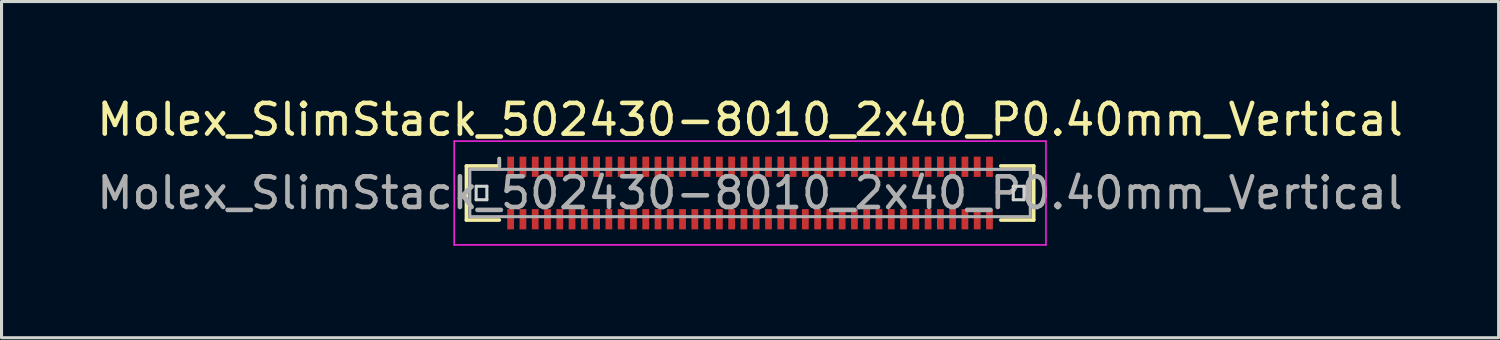
<source format=kicad_pcb>
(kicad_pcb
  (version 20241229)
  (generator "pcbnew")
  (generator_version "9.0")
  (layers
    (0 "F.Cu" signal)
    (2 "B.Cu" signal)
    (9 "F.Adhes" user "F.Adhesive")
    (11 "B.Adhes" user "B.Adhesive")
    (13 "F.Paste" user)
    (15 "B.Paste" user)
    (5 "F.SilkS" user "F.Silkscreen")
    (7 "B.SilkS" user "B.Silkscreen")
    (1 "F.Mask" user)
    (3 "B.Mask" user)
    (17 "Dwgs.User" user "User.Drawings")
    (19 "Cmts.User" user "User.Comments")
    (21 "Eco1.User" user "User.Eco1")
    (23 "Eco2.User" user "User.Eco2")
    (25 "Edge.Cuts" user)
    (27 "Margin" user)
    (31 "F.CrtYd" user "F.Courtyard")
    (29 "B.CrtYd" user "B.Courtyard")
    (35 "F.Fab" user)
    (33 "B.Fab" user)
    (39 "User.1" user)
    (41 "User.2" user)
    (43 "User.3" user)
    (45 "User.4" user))
  (footprint "Molex_SlimStack_502430-8010_2x40_P0.40mm_Vertical"
    (layer "F.Cu")
    (at 21.387 3.238)
    (property "Reference" "Molex_SlimStack_502430-8010_2x40_P0.40mm_Vertical" (at 0 -2.39 0) (layer "F.SilkS") (effects (font (size 1 1) (thickness 0.15))))
    (attr smd)
    (fp_line (start -9.24 -0.88) (end -8.17 -0.88) (stroke (width 0.12) (type solid)) (layer "F.SilkS"))
    (fp_line (start -9.24 0.88) (end -9.24 -0.88) (stroke (width 0.12) (type solid)) (layer "F.SilkS"))
    (fp_line (start -8.17 -0.88) (end -8.17 -1.12) (stroke (width 0.12) (type solid)) (layer "F.SilkS"))
    (fp_line (start -8.17 0.88) (end -9.24 0.88) (stroke (width 0.12) (type solid)) (layer "F.SilkS"))
    (fp_line (start 8.17 0.88) (end 9.24 0.88) (stroke (width 0.12) (type solid)) (layer "F.SilkS"))
    (fp_line (start 9.24 -0.88) (end 8.17 -0.88) (stroke (width 0.12) (type solid)) (layer "F.SilkS"))
    (fp_line (start 9.24 0.88) (end 9.24 -0.88) (stroke (width 0.12) (type solid)) (layer "F.SilkS"))
    (fp_line (start -8.925 -0.22) (end -8.925 0.22) (stroke (width 0.1) (type solid)) (layer "Edge.Cuts"))
    (fp_line (start -8.925 0.22) (end -8.575 0.22) (stroke (width 0.1) (type solid)) (layer "Edge.Cuts"))
    (fp_line (start -8.575 -0.22) (end -8.925 -0.22) (stroke (width 0.1) (type solid)) (layer "Edge.Cuts"))
    (fp_line (start -8.575 0.22) (end -8.575 -0.22) (stroke (width 0.1) (type solid)) (layer "Edge.Cuts"))
    (fp_line (start 8.575 -0.22) (end 8.575 0.22) (stroke (width 0.1) (type solid)) (layer "Edge.Cuts"))
    (fp_line (start 8.575 0.22) (end 8.925 0.22) (stroke (width 0.1) (type solid)) (layer "Edge.Cuts"))
    (fp_line (start 8.925 -0.22) (end 8.575 -0.22) (stroke (width 0.1) (type solid)) (layer "Edge.Cuts"))
    (fp_line (start 8.925 0.22) (end 8.925 -0.22) (stroke (width 0.1) (type solid)) (layer "Edge.Cuts"))
    (fp_line (start -9.64 -1.69) (end -9.64 1.69) (stroke (width 0.05) (type solid)) (layer "F.CrtYd"))
    (fp_line (start -9.64 1.69) (end 9.64 1.69) (stroke (width 0.05) (type solid)) (layer "F.CrtYd"))
    (fp_line (start 9.64 -1.69) (end -9.64 -1.69) (stroke (width 0.05) (type solid)) (layer "F.CrtYd"))
    (fp_line (start 9.64 1.69) (end 9.64 -1.69) (stroke (width 0.05) (type solid)) (layer "F.CrtYd"))
    (fp_line (start -9.13 -0.77) (end -9.13 0.77) (stroke (width 0.1) (type solid)) (layer "F.Fab"))
    (fp_line (start -9.13 0.77) (end 9.13 0.77) (stroke (width 0.1) (type solid)) (layer "F.Fab"))
    (fp_line (start -8.17 -0.77) (end -8.17 -1.12) (stroke (width 0.1) (type solid)) (layer "F.Fab"))
    (fp_line (start 9.13 -0.77) (end -9.13 -0.77) (stroke (width 0.1) (type solid)) (layer "F.Fab"))
    (fp_line (start 9.13 0.77) (end 9.13 -0.77) (stroke (width 0.1) (type solid)) (layer "F.Fab"))
    (fp_text user "${REFERENCE}" (at 0 0 0) (layer "F.Fab") (effects (font (size 1 1) (thickness 0.15))))
    (pad "1" smd rect (at -7.8 -0.855) (size 0.22 0.66) (layers "F.Cu" "F.Mask" "F.Paste"))
    (pad "2" smd rect (at -7.8 0.855) (size 0.22 0.66) (layers "F.Cu" "F.Mask" "F.Paste"))
    (pad "3" smd rect (at -7.4 -0.855) (size 0.22 0.66) (layers "F.Cu" "F.Mask" "F.Paste"))
    (pad "4" smd rect (at -7.4 0.855) (size 0.22 0.66) (layers "F.Cu" "F.Mask" "F.Paste"))
    (pad "5" smd rect (at -7 -0.855) (size 0.22 0.66) (layers "F.Cu" "F.Mask" "F.Paste"))
    (pad "6" smd rect (at -7 0.855) (size 0.22 0.66) (layers "F.Cu" "F.Mask" "F.Paste"))
    (pad "7" smd rect (at -6.6 -0.855) (size 0.22 0.66) (layers "F.Cu" "F.Mask" "F.Paste"))
    (pad "8" smd rect (at -6.6 0.855) (size 0.22 0.66) (layers "F.Cu" "F.Mask" "F.Paste"))
    (pad "9" smd rect (at -6.2 -0.855) (size 0.22 0.66) (layers "F.Cu" "F.Mask" "F.Paste"))
    (pad "10" smd rect (at -6.2 0.855) (size 0.22 0.66) (layers "F.Cu" "F.Mask" "F.Paste"))
    (pad "11" smd rect (at -5.8 -0.855) (size 0.22 0.66) (layers "F.Cu" "F.Mask" "F.Paste"))
    (pad "12" smd rect (at -5.8 0.855) (size 0.22 0.66) (layers "F.Cu" "F.Mask" "F.Paste"))
    (pad "13" smd rect (at -5.4 -0.855) (size 0.22 0.66) (layers "F.Cu" "F.Mask" "F.Paste"))
    (pad "14" smd rect (at -5.4 0.855) (size 0.22 0.66) (layers "F.Cu" "F.Mask" "F.Paste"))
    (pad "15" smd rect (at -5 -0.855) (size 0.22 0.66) (layers "F.Cu" "F.Mask" "F.Paste"))
    (pad "16" smd rect (at -5 0.855) (size 0.22 0.66) (layers "F.Cu" "F.Mask" "F.Paste"))
    (pad "17" smd rect (at -4.6 -0.855) (size 0.22 0.66) (layers "F.Cu" "F.Mask" "F.Paste"))
    (pad "18" smd rect (at -4.6 0.855) (size 0.22 0.66) (layers "F.Cu" "F.Mask" "F.Paste"))
    (pad "19" smd rect (at -4.2 -0.855) (size 0.22 0.66) (layers "F.Cu" "F.Mask" "F.Paste"))
    (pad "20" smd rect (at -4.2 0.855) (size 0.22 0.66) (layers "F.Cu" "F.Mask" "F.Paste"))
    (pad "21" smd rect (at -3.8 -0.855) (size 0.22 0.66) (layers "F.Cu" "F.Mask" "F.Paste"))
    (pad "22" smd rect (at -3.8 0.855) (size 0.22 0.66) (layers "F.Cu" "F.Mask" "F.Paste"))
    (pad "23" smd rect (at -3.4 -0.855) (size 0.22 0.66) (layers "F.Cu" "F.Mask" "F.Paste"))
    (pad "24" smd rect (at -3.4 0.855) (size 0.22 0.66) (layers "F.Cu" "F.Mask" "F.Paste"))
    (pad "25" smd rect (at -3 -0.855) (size 0.22 0.66) (layers "F.Cu" "F.Mask" "F.Paste"))
    (pad "26" smd rect (at -3 0.855) (size 0.22 0.66) (layers "F.Cu" "F.Mask" "F.Paste"))
    (pad "27" smd rect (at -2.6 -0.855) (size 0.22 0.66) (layers "F.Cu" "F.Mask" "F.Paste"))
    (pad "28" smd rect (at -2.6 0.855) (size 0.22 0.66) (layers "F.Cu" "F.Mask" "F.Paste"))
    (pad "29" smd rect (at -2.2 -0.855) (size 0.22 0.66) (layers "F.Cu" "F.Mask" "F.Paste"))
    (pad "30" smd rect (at -2.2 0.855) (size 0.22 0.66) (layers "F.Cu" "F.Mask" "F.Paste"))
    (pad "31" smd rect (at -1.8 -0.855) (size 0.22 0.66) (layers "F.Cu" "F.Mask" "F.Paste"))
    (pad "32" smd rect (at -1.8 0.855) (size 0.22 0.66) (layers "F.Cu" "F.Mask" "F.Paste"))
    (pad "33" smd rect (at -1.4 -0.855) (size 0.22 0.66) (layers "F.Cu" "F.Mask" "F.Paste"))
    (pad "34" smd rect (at -1.4 0.855) (size 0.22 0.66) (layers "F.Cu" "F.Mask" "F.Paste"))
    (pad "35" smd rect (at -1 -0.855) (size 0.22 0.66) (layers "F.Cu" "F.Mask" "F.Paste"))
    (pad "36" smd rect (at -1 0.855) (size 0.22 0.66) (layers "F.Cu" "F.Mask" "F.Paste"))
    (pad "37" smd rect (at -0.6 -0.855) (size 0.22 0.66) (layers "F.Cu" "F.Mask" "F.Paste"))
    (pad "38" smd rect (at -0.6 0.855) (size 0.22 0.66) (layers "F.Cu" "F.Mask" "F.Paste"))
    (pad "39" smd rect (at -0.2 -0.855) (size 0.22 0.66) (layers "F.Cu" "F.Mask" "F.Paste"))
    (pad "40" smd rect (at -0.2 0.855) (size 0.22 0.66) (layers "F.Cu" "F.Mask" "F.Paste"))
    (pad "41" smd rect (at 0.2 -0.855) (size 0.22 0.66) (layers "F.Cu" "F.Mask" "F.Paste"))
    (pad "42" smd rect (at 0.2 0.855) (size 0.22 0.66) (layers "F.Cu" "F.Mask" "F.Paste"))
    (pad "43" smd rect (at 0.6 -0.855) (size 0.22 0.66) (layers "F.Cu" "F.Mask" "F.Paste"))
    (pad "44" smd rect (at 0.6 0.855) (size 0.22 0.66) (layers "F.Cu" "F.Mask" "F.Paste"))
    (pad "45" smd rect (at 1 -0.855) (size 0.22 0.66) (layers "F.Cu" "F.Mask" "F.Paste"))
    (pad "46" smd rect (at 1 0.855) (size 0.22 0.66) (layers "F.Cu" "F.Mask" "F.Paste"))
    (pad "47" smd rect (at 1.4 -0.855) (size 0.22 0.66) (layers "F.Cu" "F.Mask" "F.Paste"))
    (pad "48" smd rect (at 1.4 0.855) (size 0.22 0.66) (layers "F.Cu" "F.Mask" "F.Paste"))
    (pad "49" smd rect (at 1.8 -0.855) (size 0.22 0.66) (layers "F.Cu" "F.Mask" "F.Paste"))
    (pad "50" smd rect (at 1.8 0.855) (size 0.22 0.66) (layers "F.Cu" "F.Mask" "F.Paste"))
    (pad "51" smd rect (at 2.2 -0.855) (size 0.22 0.66) (layers "F.Cu" "F.Mask" "F.Paste"))
    (pad "52" smd rect (at 2.2 0.855) (size 0.22 0.66) (layers "F.Cu" "F.Mask" "F.Paste"))
    (pad "53" smd rect (at 2.6 -0.855) (size 0.22 0.66) (layers "F.Cu" "F.Mask" "F.Paste"))
    (pad "54" smd rect (at 2.6 0.855) (size 0.22 0.66) (layers "F.Cu" "F.Mask" "F.Paste"))
    (pad "55" smd rect (at 3 -0.855) (size 0.22 0.66) (layers "F.Cu" "F.Mask" "F.Paste"))
    (pad "56" smd rect (at 3 0.855) (size 0.22 0.66) (layers "F.Cu" "F.Mask" "F.Paste"))
    (pad "57" smd rect (at 3.4 -0.855) (size 0.22 0.66) (layers "F.Cu" "F.Mask" "F.Paste"))
    (pad "58" smd rect (at 3.4 0.855) (size 0.22 0.66) (layers "F.Cu" "F.Mask" "F.Paste"))
    (pad "59" smd rect (at 3.8 -0.855) (size 0.22 0.66) (layers "F.Cu" "F.Mask" "F.Paste"))
    (pad "60" smd rect (at 3.8 0.855) (size 0.22 0.66) (layers "F.Cu" "F.Mask" "F.Paste"))
    (pad "61" smd rect (at 4.2 -0.855) (size 0.22 0.66) (layers "F.Cu" "F.Mask" "F.Paste"))
    (pad "62" smd rect (at 4.2 0.855) (size 0.22 0.66) (layers "F.Cu" "F.Mask" "F.Paste"))
    (pad "63" smd rect (at 4.6 -0.855) (size 0.22 0.66) (layers "F.Cu" "F.Mask" "F.Paste"))
    (pad "64" smd rect (at 4.6 0.855) (size 0.22 0.66) (layers "F.Cu" "F.Mask" "F.Paste"))
    (pad "65" smd rect (at 5 -0.855) (size 0.22 0.66) (layers "F.Cu" "F.Mask" "F.Paste"))
    (pad "66" smd rect (at 5 0.855) (size 0.22 0.66) (layers "F.Cu" "F.Mask" "F.Paste"))
    (pad "67" smd rect (at 5.4 -0.855) (size 0.22 0.66) (layers "F.Cu" "F.Mask" "F.Paste"))
    (pad "68" smd rect (at 5.4 0.855) (size 0.22 0.66) (layers "F.Cu" "F.Mask" "F.Paste"))
    (pad "69" smd rect (at 5.8 -0.855) (size 0.22 0.66) (layers "F.Cu" "F.Mask" "F.Paste"))
    (pad "70" smd rect (at 5.8 0.855) (size 0.22 0.66) (layers "F.Cu" "F.Mask" "F.Paste"))
    (pad "71" smd rect (at 6.2 -0.855) (size 0.22 0.66) (layers "F.Cu" "F.Mask" "F.Paste"))
    (pad "72" smd rect (at 6.2 0.855) (size 0.22 0.66) (layers "F.Cu" "F.Mask" "F.Paste"))
    (pad "73" smd rect (at 6.6 -0.855) (size 0.22 0.66) (layers "F.Cu" "F.Mask" "F.Paste"))
    (pad "74" smd rect (at 6.6 0.855) (size 0.22 0.66) (layers "F.Cu" "F.Mask" "F.Paste"))
    (pad "75" smd rect (at 7 -0.855) (size 0.22 0.66) (layers "F.Cu" "F.Mask" "F.Paste"))
    (pad "76" smd rect (at 7 0.855) (size 0.22 0.66) (layers "F.Cu" "F.Mask" "F.Paste"))
    (pad "77" smd rect (at 7.4 -0.855) (size 0.22 0.66) (layers "F.Cu" "F.Mask" "F.Paste"))
    (pad "78" smd rect (at 7.4 0.855) (size 0.22 0.66) (layers "F.Cu" "F.Mask" "F.Paste"))
    (pad "79" smd rect (at 7.8 -0.855) (size 0.22 0.66) (layers "F.Cu" "F.Mask" "F.Paste"))
    (pad "80" smd rect (at 7.8 0.855) (size 0.22 0.66) (layers "F.Cu" "F.Mask" "F.Paste")))
  (gr_rect
    (start -3 -3)
    (end 45.774 7.953)
    (stroke (width 0.1) (type default))
    (fill no)
    (layer "Edge.Cuts")))
</source>
